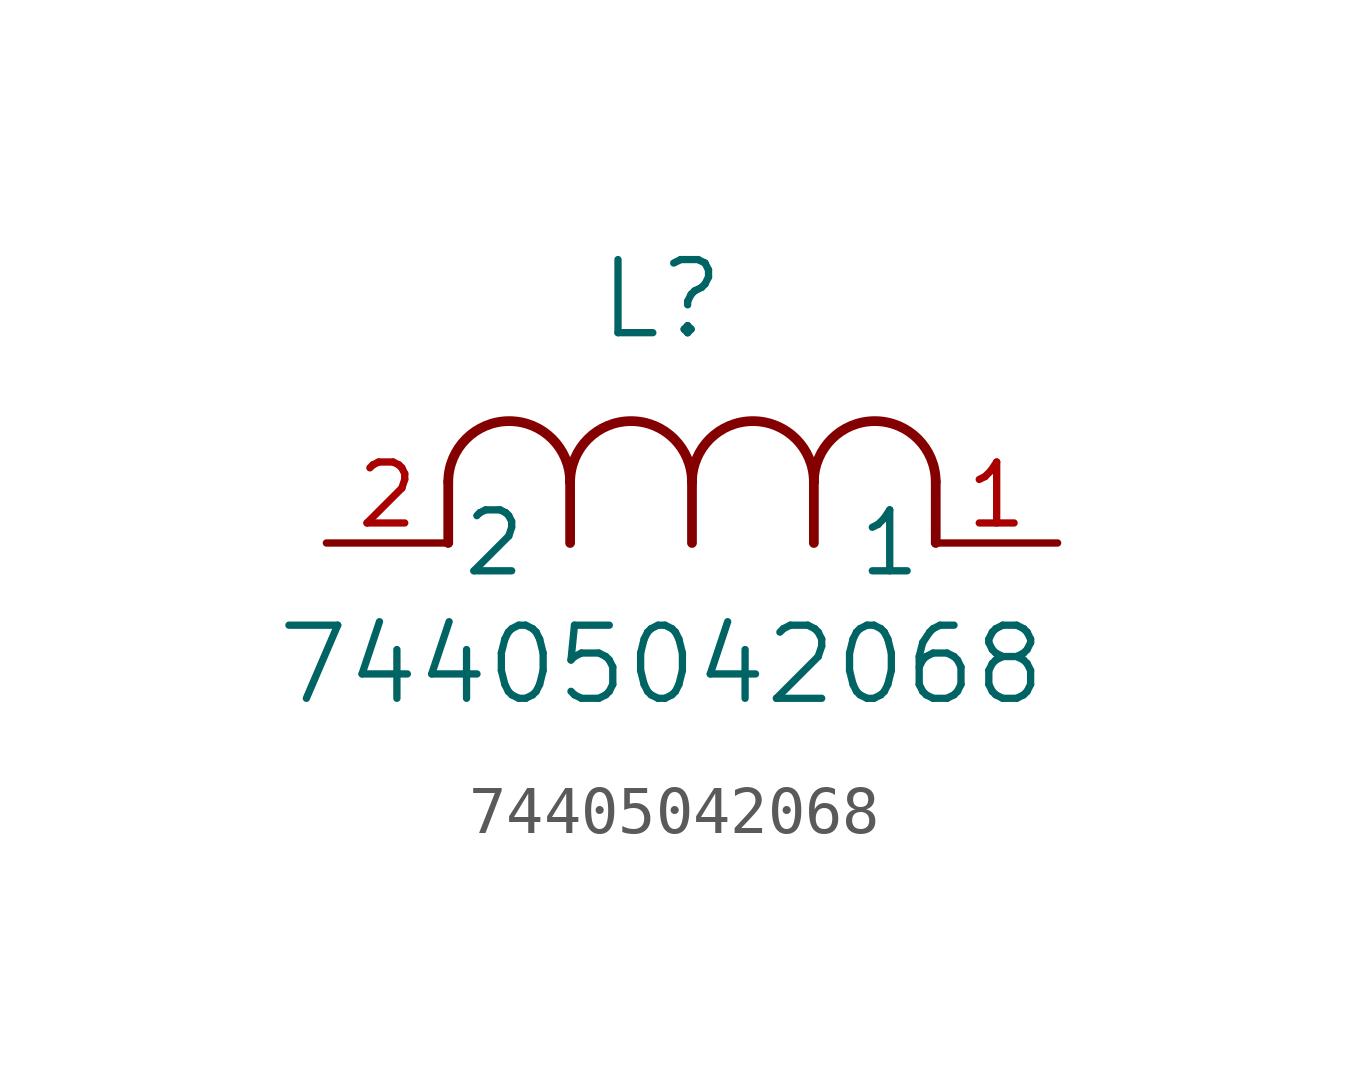
<source format=kicad_sym>
(kicad_symbol_lib
  (version 20211014)
  (generator kicad_symbol_editor)
  (symbol "74405042068"
    (pin_names
      (offset 0.254))
    (property "Reference" "L"
      (at 6.985 5.08 0)
      (effects (font (size 1.524 1.524))))
    (property "Value" "74405042068"
      (at 6.985 -2.54 0)
      (effects (font (size 1.524 1.524))))
    (symbol "74405042068_0_1"
      (arc (start 7.62 1.27) (mid 6.35 2.54) (end 5.08 1.27) (stroke (width 0.2032) (type default) (color 0 0 0 0)) (fill (type none)))
      (polyline (pts (xy 5.08 0) (xy 5.08 1.27)) (stroke (width 0.203) (type default) (color 0 0 0 0)) (fill (type none)))
      (polyline (pts (xy 7.62 0) (xy 7.62 1.27)) (stroke (width 0.203) (type default) (color 0 0 0 0)) (fill (type none)))
      (polyline (pts (xy 12.7 0) (xy 12.7 1.27)) (stroke (width 0.203) (type default) (color 0 0 0 0)) (fill (type none)))
      (arc (start 5.08 1.27) (mid 3.81 2.54) (end 2.54 1.27) (stroke (width 0.2032) (type default) (color 0 0 0 0)) (fill (type none)))
      (arc (start 10.16 1.27) (mid 8.89 2.54) (end 7.62 1.27) (stroke (width 0.2032) (type default) (color 0 0 0 0)) (fill (type none)))
      (arc (start 12.7 1.27) (mid 11.43 2.54) (end 10.16 1.27) (stroke (width 0.2032) (type default) (color 0 0 0 0)) (fill (type none)))
      (polyline (pts (xy 2.54 0) (xy 2.54 1.27)) (stroke (width 0.203) (type default) (color 0 0 0 0)) (fill (type none)))
      (polyline (pts (xy 10.16 0) (xy 10.16 1.27)) (stroke (width 0.203) (type default) (color 0 0 0 0)) (fill (type none)))
      (pin unspecified line (at 0 0 0) (length 2.54) (name "2" (effects (font (size 1.27 1.27)))) (number "2" (effects (font (size 1.27 1.27)))))
      (pin unspecified line (at 15.24 0 180) (length 2.54) (name "1" (effects (font (size 1.27 1.27)))) (number "1" (effects (font (size 1.27 1.27))))))))
</source>
